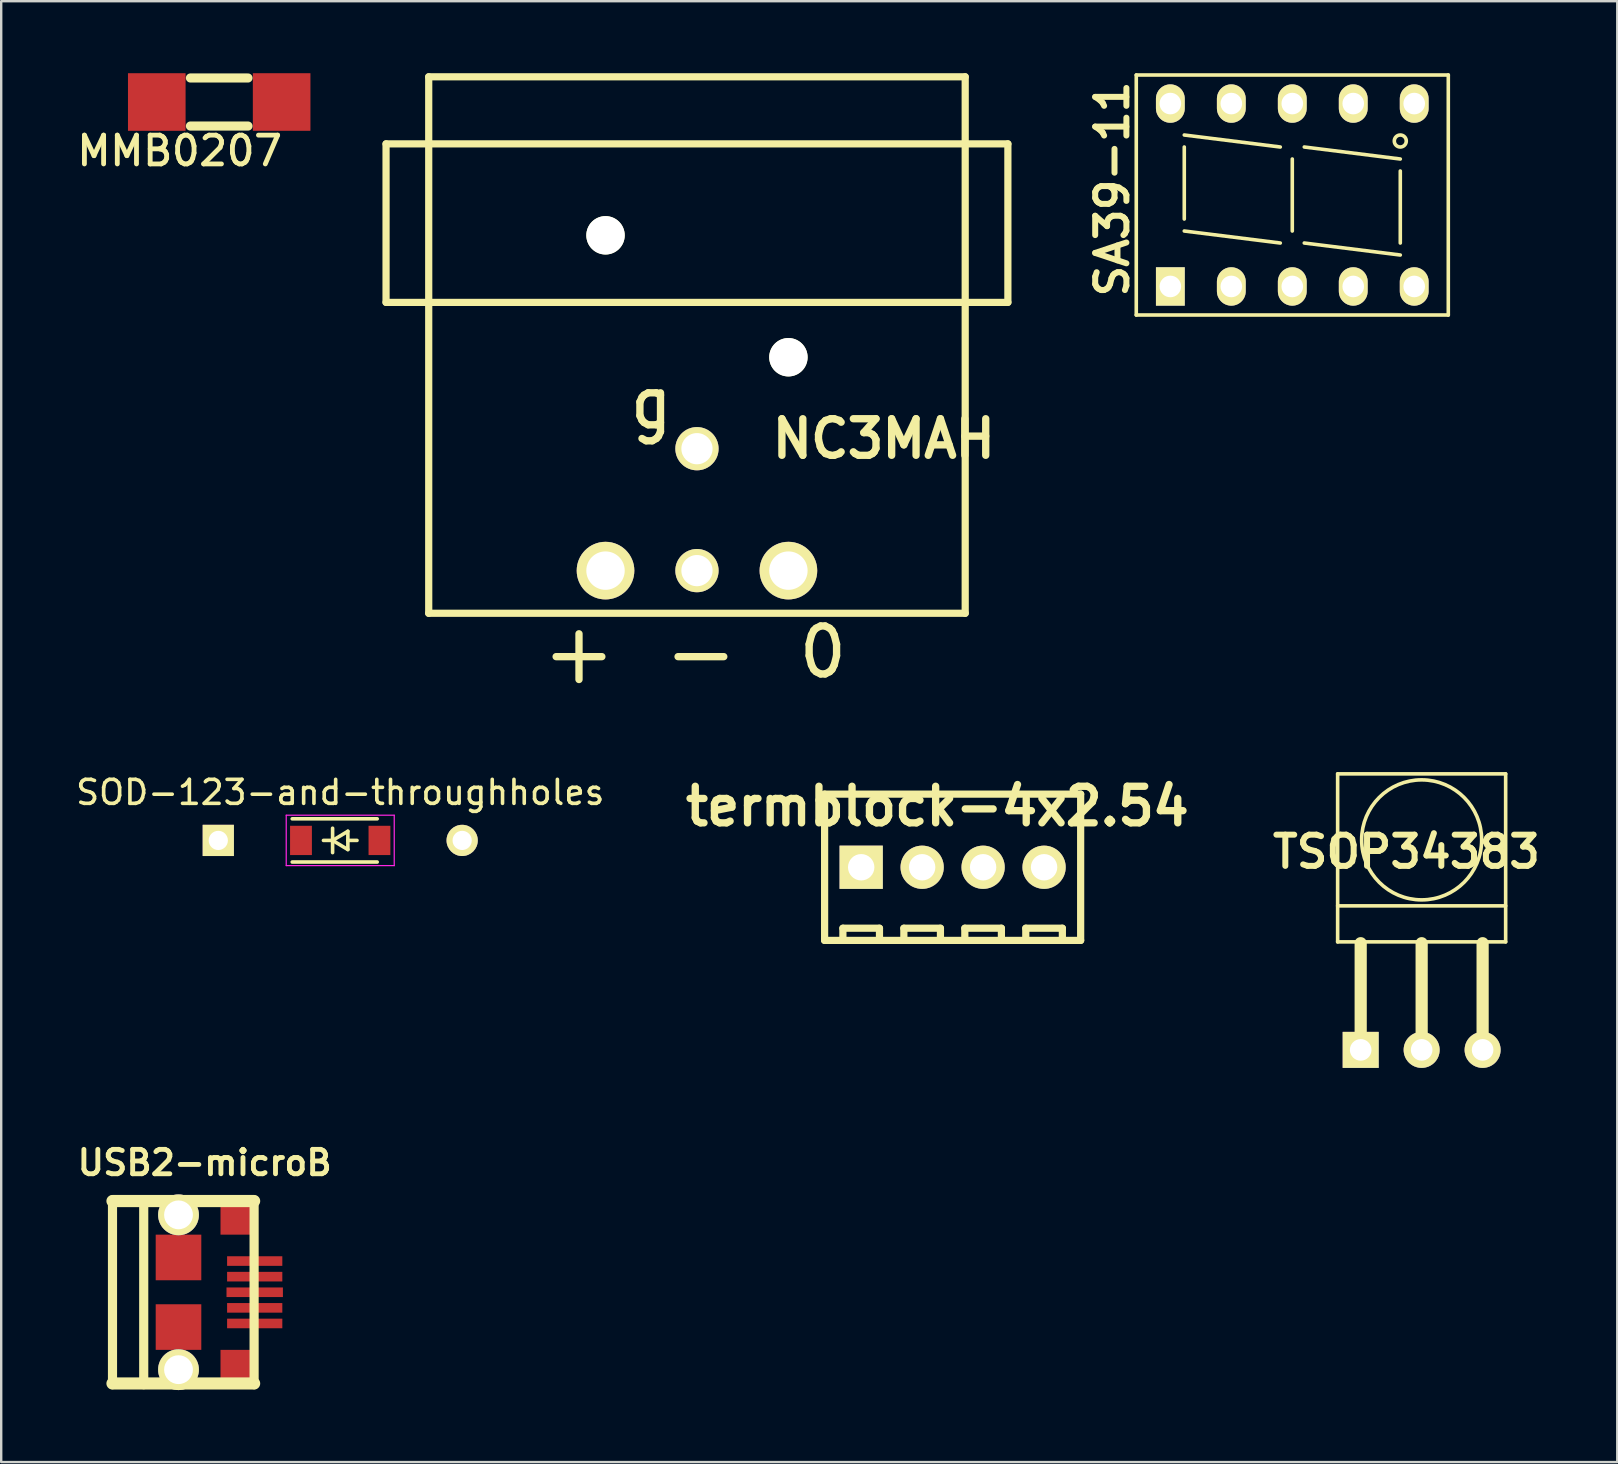
<source format=kicad_pcb>
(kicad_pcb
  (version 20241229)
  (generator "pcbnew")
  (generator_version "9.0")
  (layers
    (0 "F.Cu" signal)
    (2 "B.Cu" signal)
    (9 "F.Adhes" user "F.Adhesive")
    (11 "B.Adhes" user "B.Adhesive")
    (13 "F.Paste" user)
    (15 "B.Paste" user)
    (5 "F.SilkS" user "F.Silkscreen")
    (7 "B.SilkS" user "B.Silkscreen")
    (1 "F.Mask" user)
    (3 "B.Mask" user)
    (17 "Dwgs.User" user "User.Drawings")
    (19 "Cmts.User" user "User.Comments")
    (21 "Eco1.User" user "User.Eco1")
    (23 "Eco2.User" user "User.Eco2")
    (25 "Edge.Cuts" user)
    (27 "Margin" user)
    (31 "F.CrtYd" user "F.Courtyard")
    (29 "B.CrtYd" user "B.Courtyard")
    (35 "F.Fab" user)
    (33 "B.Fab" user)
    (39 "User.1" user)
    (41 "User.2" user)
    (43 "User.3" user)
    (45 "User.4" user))
  (footprint "SA39-11"
    (layer "F.Cu")
    (at 50.791 5.075)
    (property "Reference" "SA39-11" (at -7.5 -0.25 90) (layer "F.SilkS") (effects (font (size 1.3 1.3) (thickness 0.25))))
    (attr through_hole)
    (fp_line (start -6.5 -5) (end 6.5 -5) (stroke (width 0.15) (type solid)) (layer "F.SilkS"))
    (fp_line (start -6.5 5) (end -6.5 -5) (stroke (width 0.15) (type solid)) (layer "F.SilkS"))
    (fp_line (start -4.5 -2.5) (end -0.5 -2) (stroke (width 0.15) (type solid)) (layer "F.SilkS"))
    (fp_line (start -4.5 1) (end -4.5 -2) (stroke (width 0.15) (type solid)) (layer "F.SilkS"))
    (fp_line (start -0.5 2) (end -4.5 1.5) (stroke (width 0.15) (type solid)) (layer "F.SilkS"))
    (fp_line (start 0 -1.5) (end 0 1.5) (stroke (width 0.15) (type solid)) (layer "F.SilkS"))
    (fp_line (start 0.5 -2) (end 4.5 -1.5) (stroke (width 0.15) (type solid)) (layer "F.SilkS"))
    (fp_line (start 4.5 -1) (end 4.5 2) (stroke (width 0.15) (type solid)) (layer "F.SilkS"))
    (fp_line (start 4.5 2.5) (end 0.5 2) (stroke (width 0.15) (type solid)) (layer "F.SilkS"))
    (fp_line (start 6.5 -5) (end 6.5 5) (stroke (width 0.15) (type solid)) (layer "F.SilkS"))
    (fp_line (start 6.5 5) (end -6.5 5) (stroke (width 0.15) (type solid)) (layer "F.SilkS"))
    (fp_circle (center 4.5 -2.25) (end 4.5 -2) (stroke (width 0.15) (type solid)) (fill no) (layer "F.SilkS"))
    (pad "1" thru_hole rect (at -5.08 3.81) (size 1.2 1.6) (drill 0.9) (layers "*.Cu" "*.Mask" "F.SilkS"))
    (pad "2" thru_hole oval (at -2.54 3.81) (size 1.2 1.6) (drill 0.9) (layers "*.Cu" "*.Mask" "F.SilkS"))
    (pad "3" thru_hole oval (at 0 3.81) (size 1.2 1.6) (drill 0.9) (layers "*.Cu" "*.Mask" "F.SilkS"))
    (pad "4" thru_hole oval (at 2.54 3.81) (size 1.2 1.6) (drill 0.9) (layers "*.Cu" "*.Mask" "F.SilkS"))
    (pad "5" thru_hole oval (at 5.08 3.81) (size 1.2 1.6) (drill 0.9) (layers "*.Cu" "*.Mask" "F.SilkS"))
    (pad "6" thru_hole oval (at 5.08 -3.81) (size 1.2 1.6) (drill 0.9) (layers "*.Cu" "*.Mask" "F.SilkS"))
    (pad "7" thru_hole oval (at 2.54 -3.81) (size 1.2 1.6) (drill 0.9) (layers "*.Cu" "*.Mask" "F.SilkS"))
    (pad "8" thru_hole oval (at 0 -3.81) (size 1.2 1.6) (drill 0.9) (layers "*.Cu" "*.Mask" "F.SilkS"))
    (pad "9" thru_hole oval (at -2.54 -3.81) (size 1.2 1.6) (drill 0.9) (layers "*.Cu" "*.Mask" "F.SilkS"))
    (pad "10" thru_hole oval (at -5.08 -3.81) (size 1.2 1.6) (drill 0.9) (layers "*.Cu" "*.Mask" "F.SilkS")))
  (footprint "MMB0207"
    (layer "F.Cu")
    (at 6.083 1.2)
    (property "Reference" "MMB0207" (at -1.648 2.035 0) (layer "F.SilkS") (effects (font (size 1.199 1.199) (thickness 0.201))))
    (attr through_hole)
    (fp_line (start -1.199 -1.001) (end 1.199 -1.001) (stroke (width 0.381) (type solid)) (layer "F.SilkS"))
    (fp_line (start -1.199 1.001) (end 1.199 1.001) (stroke (width 0.381) (type solid)) (layer "F.SilkS"))
    (pad "1" smd rect (at -2.601 0) (size 2.4 2.4) (layers "F.Cu" "F.Mask" "F.Paste"))
    (pad "2" smd rect (at 2.601 0) (size 2.4 2.4) (layers "F.Cu" "F.Mask" "F.Paste")))
  (footprint "termblock-4x2.54"
    (layer "F.Cu")
    (at 36.64 33.083)
    (property "Reference" "termblock-4x2.54" (at -0.635 -2.54 0) (layer "F.SilkS") (effects (font (size 1.524 1.524) (thickness 0.305))))
    (attr through_hole)
    (fp_line (start -5.334 -3.048) (end 5.334 -3.048) (stroke (width 0.3) (type solid)) (layer "F.SilkS"))
    (fp_line (start -5.334 3.048) (end -5.334 -3.048) (stroke (width 0.3) (type solid)) (layer "F.SilkS"))
    (fp_line (start -4.572 2.54) (end -3.048 2.54) (stroke (width 0.3) (type solid)) (layer "F.SilkS"))
    (fp_line (start -4.572 3.048) (end -4.572 2.54) (stroke (width 0.3) (type solid)) (layer "F.SilkS"))
    (fp_line (start -3.048 2.54) (end -3.048 3.048) (stroke (width 0.3) (type solid)) (layer "F.SilkS"))
    (fp_line (start -2.032 2.54) (end -0.508 2.54) (stroke (width 0.3) (type solid)) (layer "F.SilkS"))
    (fp_line (start -2.032 3.048) (end -2.032 2.54) (stroke (width 0.3) (type solid)) (layer "F.SilkS"))
    (fp_line (start -0.508 2.54) (end -0.508 3.048) (stroke (width 0.3) (type solid)) (layer "F.SilkS"))
    (fp_line (start 0.508 2.54) (end 2.032 2.54) (stroke (width 0.3) (type solid)) (layer "F.SilkS"))
    (fp_line (start 0.508 3.048) (end 0.508 2.54) (stroke (width 0.3) (type solid)) (layer "F.SilkS"))
    (fp_line (start 2.032 2.54) (end 2.032 3.048) (stroke (width 0.3) (type solid)) (layer "F.SilkS"))
    (fp_line (start 3.048 2.54) (end 4.572 2.54) (stroke (width 0.3) (type solid)) (layer "F.SilkS"))
    (fp_line (start 3.048 3.048) (end 3.048 2.54) (stroke (width 0.3) (type solid)) (layer "F.SilkS"))
    (fp_line (start 4.572 2.54) (end 4.572 3.048) (stroke (width 0.3) (type solid)) (layer "F.SilkS"))
    (fp_line (start 5.334 -3.048) (end 5.334 3.048) (stroke (width 0.3) (type solid)) (layer "F.SilkS"))
    (fp_line (start 5.334 3.048) (end -5.334 3.048) (stroke (width 0.3) (type solid)) (layer "F.SilkS"))
    (pad "1" thru_hole rect (at -3.81 0) (size 1.801 1.801) (drill 1.1) (layers "*.Cu" "*.Mask" "F.SilkS"))
    (pad "2" thru_hole circle (at -1.27 0) (size 1.801 1.801) (drill 1.1) (layers "*.Cu" "*.Mask" "F.SilkS"))
    (pad "3" thru_hole circle (at 1.27 0) (size 1.801 1.801) (drill 1.1) (layers "*.Cu" "*.Mask" "F.SilkS"))
    (pad "4" thru_hole circle (at 3.81 0) (size 1.801 1.801) (drill 1.1) (layers "*.Cu" "*.Mask" "F.SilkS")))
  (footprint "TSOP34383"
    (layer "F.Cu")
    (at 56.181 40.692)
    (property "Reference" "TSOP34383" (at -0.635 -8.255 0) (layer "F.SilkS") (effects (font (size 1.3 1.3) (thickness 0.25))))
    (attr through_hole)
    (fp_line (start -3.5 -11.5) (end -3.5 -4.5) (stroke (width 0.15) (type solid)) (layer "F.SilkS"))
    (fp_line (start -3.5 -6) (end 3.5 -6) (stroke (width 0.15) (type solid)) (layer "F.SilkS"))
    (fp_line (start -3.5 -4.5) (end 3.5 -4.5) (stroke (width 0.15) (type solid)) (layer "F.SilkS"))
    (fp_line (start -2.54 0) (end -2.54 -4.445) (stroke (width 0.508) (type solid)) (layer "F.SilkS"))
    (fp_line (start 0 0) (end 0 -4.445) (stroke (width 0.508) (type solid)) (layer "F.SilkS"))
    (fp_line (start 2.54 0) (end 2.54 -4.445) (stroke (width 0.508) (type solid)) (layer "F.SilkS"))
    (fp_line (start 3.5 -11.5) (end -3.5 -11.5) (stroke (width 0.15) (type solid)) (layer "F.SilkS"))
    (fp_line (start 3.5 -4.5) (end 3.5 -11.5) (stroke (width 0.15) (type solid)) (layer "F.SilkS"))
    (fp_circle (center 0 -8.75) (end 1.5 -6.75) (stroke (width 0.15) (type solid)) (fill no) (layer "F.SilkS"))
    (pad "1" thru_hole rect (at -2.54 0) (size 1.5 1.5) (drill 0.9) (layers "*.Cu" "*.Mask" "F.SilkS"))
    (pad "2" thru_hole circle (at 0 0) (size 1.5 1.5) (drill 0.9) (layers "*.Cu" "*.Mask" "F.SilkS"))
    (pad "3" thru_hole circle (at 2.54 0) (size 1.5 1.5) (drill 0.9) (layers "*.Cu" "*.Mask" "F.SilkS")))
  (footprint "USB2-microB"
    (layer "F.Cu")
    (at 2.937 50.79)
    (property "Reference" "USB2-microB" (at 2.54 -5.397 0) (layer "F.SilkS") (effects (font (size 1.016 1.016) (thickness 0.203))))
    (attr through_hole)
    (fp_line (start -1.3 -3.851) (end -1.3 3.851) (stroke (width 0.381) (type solid)) (layer "F.SilkS"))
    (fp_line (start 0.001 -3.851) (end 0.001 3.851) (stroke (width 0.381) (type solid)) (layer "F.SilkS"))
    (fp_line (start 4.6 3.851) (end 4.6 -3.851) (stroke (width 0.381) (type solid)) (layer "F.SilkS"))
    (fp_line (start 4.6 -3.8) (end -1.3 -3.8) (stroke (width 0.508) (type solid)) (layer "F.SilkS"))
    (fp_line (start 4.6 3.8) (end -1.3 3.8) (stroke (width 0.508) (type solid)) (layer "F.SilkS"))
    (pad "1" smd rect (at 4.625 -1.3) (size 2.301 0.4) (layers "F.Cu" "F.Mask" "F.Paste"))
    (pad "2" smd rect (at 4.625 -0.65) (size 2.301 0.4) (layers "F.Cu" "F.Mask" "F.Paste"))
    (pad "3" smd rect (at 4.625 0) (size 2.35 0.4) (layers "F.Cu" "F.Mask" "F.Paste"))
    (pad "4" smd rect (at 4.625 0.65) (size 2.301 0.4) (layers "F.Cu" "F.Mask" "F.Paste"))
    (pad "5" smd rect (at 4.625 1.3) (size 2.301 0.4) (layers "F.Cu" "F.Mask" "F.Paste"))
    (pad "6" thru_hole circle (at 1.45 -3.225) (size 1.7 1.7) (drill 1.2) (layers "*.Cu" "*.Mask" "F.SilkS"))
    (pad "6" smd rect (at 1.45 -1.45) (size 1.9 1.9) (layers "F.Cu" "F.Mask" "F.Paste"))
    (pad "6" smd rect (at 1.45 1.45) (size 1.9 1.9) (layers "F.Cu" "F.Mask" "F.Paste"))
    (pad "6" thru_hole circle (at 1.45 3.225) (size 1.7 1.7) (drill 1.2) (layers "*.Cu" "*.Mask" "F.SilkS"))
    (pad "6" smd rect (at 3.9 -3.2) (size 1.4 1.6) (layers "F.Cu" "F.Mask" "F.Paste"))
    (pad "6" smd rect (at 3.9 3.2) (size 1.4 1.6) (layers "F.Cu" "F.Mask" "F.Paste")))
  (footprint "SOD-123-and-throughholes"
    (layer "F.Cu")
    (at 11.125 31.965)
    (property "Reference" "SOD-123-and-throughholes" (at 0 -2 0) (layer "F.SilkS") (effects (font (size 1 1) (thickness 0.15))))
    (attr smd)
    (fp_line (start -2 -0.9) (end 1.54 -0.9) (stroke (width 0.15) (type solid)) (layer "F.SilkS"))
    (fp_line (start -2 0.9) (end 1.54 0.9) (stroke (width 0.15) (type solid)) (layer "F.SilkS"))
    (fp_line (start -0.699 0) (end -0.318 0) (stroke (width 0.15) (type solid)) (layer "F.SilkS"))
    (fp_line (start -0.318 -0.508) (end -0.318 0.508) (stroke (width 0.15) (type solid)) (layer "F.SilkS"))
    (fp_line (start -0.318 0) (end 0.318 -0.381) (stroke (width 0.15) (type solid)) (layer "F.SilkS"))
    (fp_line (start 0.318 -0.381) (end 0.318 0.381) (stroke (width 0.15) (type solid)) (layer "F.SilkS"))
    (fp_line (start 0.318 0) (end 0.699 0) (stroke (width 0.15) (type solid)) (layer "F.SilkS"))
    (fp_line (start 0.318 0.381) (end -0.318 0) (stroke (width 0.15) (type solid)) (layer "F.SilkS"))
    (fp_line (start -2.25 -1.05) (end -2.25 1.05) (stroke (width 0.05) (type solid)) (layer "F.CrtYd"))
    (fp_line (start -2.25 -1.05) (end 2.25 -1.05) (stroke (width 0.05) (type solid)) (layer "F.CrtYd"))
    (fp_line (start 2.25 -1.05) (end 2.25 1.05) (stroke (width 0.05) (type solid)) (layer "F.CrtYd"))
    (fp_line (start 2.25 1.05) (end -2.25 1.05) (stroke (width 0.05) (type solid)) (layer "F.CrtYd"))
    (pad "1" thru_hole rect (at -5.08 0) (size 1.3 1.3) (drill 0.8) (layers "*.Cu" "*.Mask" "F.SilkS"))
    (pad "1" smd rect (at -1.635 0) (size 0.91 1.22) (layers "F.Cu" "F.Mask"))
    (pad "2" smd rect (at 1.635 0) (size 0.91 1.22) (layers "F.Cu" "F.Mask"))
    (pad "2" thru_hole circle (at 5.08 0) (size 1.3 1.3) (drill 0.8) (layers "*.Cu" "*.Mask" "F.SilkS")))
  (footprint "NC3MAH"
    (layer "F.Cu")
    (at 25.988 2.944)
    (property "Reference" "NC3MAH" (at 7.785 12.286 0) (layer "F.SilkS") (effects (font (size 1.524 1.524) (thickness 0.305))))
    (attr through_hole)
    (fp_line (start -12.954 0) (end 12.954 0) (stroke (width 0.3) (type solid)) (layer "F.SilkS"))
    (fp_line (start -12.954 6.604) (end -12.954 0) (stroke (width 0.3) (type solid)) (layer "F.SilkS"))
    (fp_line (start -11.176 -2.794) (end -11.176 0) (stroke (width 0.3) (type solid)) (layer "F.SilkS"))
    (fp_line (start -11.176 0) (end -11.176 19.558) (stroke (width 0.3) (type solid)) (layer "F.SilkS"))
    (fp_line (start -11.176 19.558) (end 11.176 19.558) (stroke (width 0.3) (type solid)) (layer "F.SilkS"))
    (fp_line (start 11.176 -2.794) (end -11.176 -2.794) (stroke (width 0.3) (type solid)) (layer "F.SilkS"))
    (fp_line (start 11.176 0) (end 11.176 -2.794) (stroke (width 0.3) (type solid)) (layer "F.SilkS"))
    (fp_line (start 11.176 0) (end 11.176 19.558) (stroke (width 0.3) (type solid)) (layer "F.SilkS"))
    (fp_line (start 12.954 0) (end 12.954 6.604) (stroke (width 0.3) (type solid)) (layer "F.SilkS"))
    (fp_line (start 12.954 6.604) (end -12.954 6.604) (stroke (width 0.3) (type solid)) (layer "F.SilkS"))
    (fp_text user "g" (at -1.905 10.795 0) (layer "F.SilkS") (effects (font (size 1.999 1.801) (thickness 0.305))))
    (fp_text user "-" (at 0.165 21.176 0) (layer "F.SilkS") (effects (font (size 2.499 2.499) (thickness 0.305))))
    (fp_text user "+" (at -4.915 21.176 0) (layer "F.SilkS") (effects (font (size 2.499 2.499) (thickness 0.305))))
    (fp_text user "0" (at 5.245 21.176 0) (layer "F.SilkS") (effects (font (size 1.999 1.999) (thickness 0.305))))
    (pad "" np_thru_hole circle (at -3.81 3.81) (size 1.6 1.6) (drill 1.6) (layers "*.Cu" "*.Mask" "F.SilkS"))
    (pad "" np_thru_hole circle (at 3.81 8.89) (size 1.6 1.6) (drill 1.6) (layers "*.Cu" "*.Mask" "F.SilkS"))
    (pad "1" thru_hole circle (at 3.81 17.78) (size 2.4 2.4) (drill 1.6) (layers "*.Cu" "*.Mask" "F.SilkS"))
    (pad "2" thru_hole circle (at -3.81 17.78) (size 2.4 2.4) (drill 1.6) (layers "*.Cu" "*.Mask" "F.SilkS"))
    (pad "3" thru_hole circle (at 0 17.78) (size 1.801 1.801) (drill 1.3) (layers "*.Cu" "*.Mask" "F.SilkS"))
    (pad "4" thru_hole circle (at 0 12.7) (size 1.801 1.801) (drill 1.3) (layers "*.Cu" "*.Mask" "F.SilkS")))
  (gr_rect
    (start -3 -3)
    (end 64.331 57.865)
    (stroke (width 0.1) (type default))
    (fill no)
    (layer "Edge.Cuts")))
</source>
